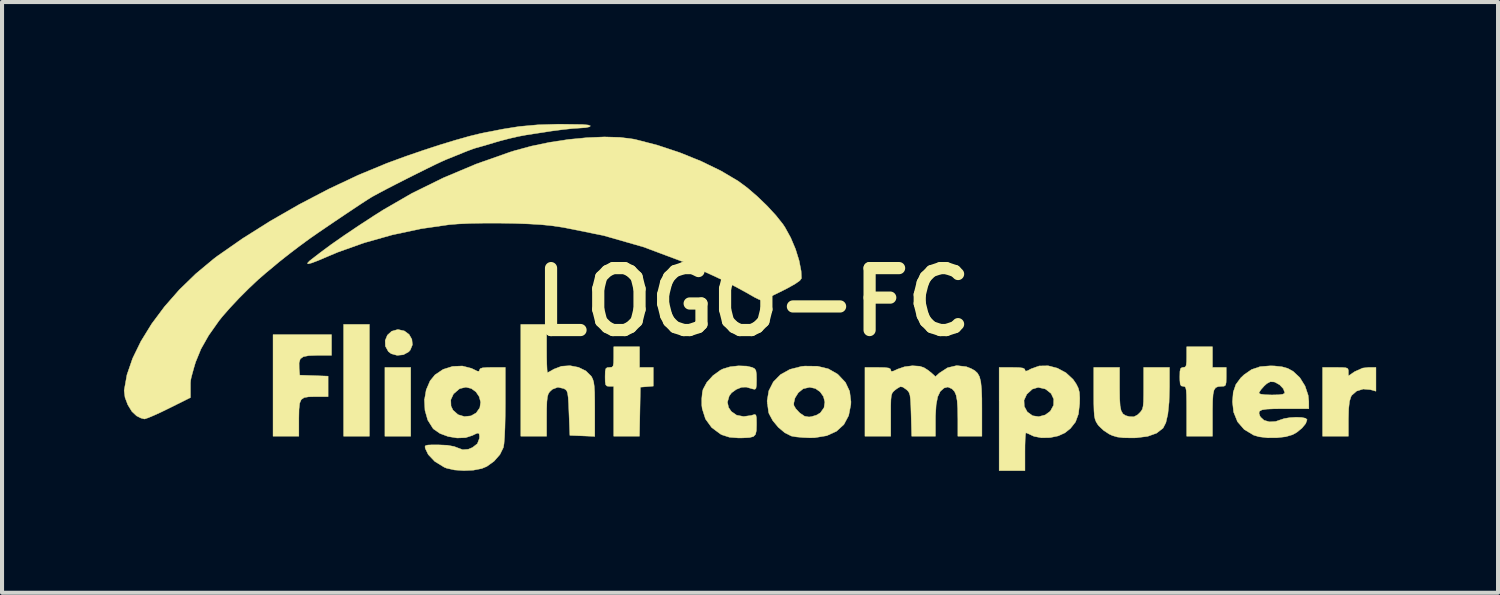
<source format=kicad_pcb>
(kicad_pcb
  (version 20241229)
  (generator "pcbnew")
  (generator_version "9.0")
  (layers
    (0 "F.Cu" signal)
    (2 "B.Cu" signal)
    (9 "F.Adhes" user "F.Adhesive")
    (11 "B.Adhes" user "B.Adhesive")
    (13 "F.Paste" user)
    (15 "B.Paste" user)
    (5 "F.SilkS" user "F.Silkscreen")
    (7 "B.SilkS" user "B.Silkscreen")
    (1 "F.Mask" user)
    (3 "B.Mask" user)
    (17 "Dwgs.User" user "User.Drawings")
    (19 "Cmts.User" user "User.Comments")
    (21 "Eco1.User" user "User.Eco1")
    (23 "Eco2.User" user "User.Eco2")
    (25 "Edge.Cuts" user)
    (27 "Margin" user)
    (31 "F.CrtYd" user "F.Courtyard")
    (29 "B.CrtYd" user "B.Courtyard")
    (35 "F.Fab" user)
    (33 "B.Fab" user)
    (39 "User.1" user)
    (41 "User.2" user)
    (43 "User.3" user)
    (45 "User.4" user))
  (footprint "LOGO-FC"
    (layer "F.Cu")
    (at 15.479 4.381)
    (property "Reference" "LOGO-FC" (at 0 0 0) (layer "F.SilkS") (effects (font (size 1.524 1.524) (thickness 0.3))))
    (attr through_hole)
    (fp_poly (pts (xy -9.44 3.302) (xy -10.075 3.302) (xy -10.075 0.55) (xy -9.44 0.55) (xy -9.44 3.302)) (stroke (width 0.01) (type solid)) (fill yes) (layer "F.SilkS"))
    (fp_poly (pts (xy -8.424 3.302) (xy -9.059 3.302) (xy -9.059 1.609) (xy -8.424 1.609) (xy -8.424 3.302)) (stroke (width 0.01) (type solid)) (fill yes) (layer "F.SilkS"))
    (fp_poly (pts (xy -8.58 0.711) (xy -8.464 0.797) (xy -8.395 0.918) (xy -8.382 1.052) (xy -8.435 1.182) (xy -8.475 1.226) (xy -8.604 1.297) (xy -8.758 1.312) (xy -8.903 1.272) (xy -8.973 1.22) (xy -9.047 1.087) (xy -9.052 0.946) (xy -8.998 0.815) (xy -8.893 0.719) (xy -8.748 0.678) (xy -8.734 0.677) (xy -8.58 0.711)) (stroke (width 0.01) (type solid)) (fill yes) (layer "F.SilkS"))
    (fp_poly (pts (xy -2.794 1.609) (xy -2.455 1.609) (xy -2.455 2.069) (xy -2.773 2.095) (xy -2.796 3.302) (xy -3.429 3.302) (xy -3.429 2.074) (xy -3.535 2.074) (xy -3.595 2.068) (xy -3.627 2.036) (xy -3.639 1.958) (xy -3.641 1.841) (xy -3.638 1.708) (xy -3.623 1.639) (xy -3.588 1.612) (xy -3.535 1.609) (xy -3.476 1.603) (xy -3.445 1.574) (xy -3.432 1.501) (xy -3.429 1.364) (xy -3.429 1.355) (xy -3.429 1.101) (xy -2.794 1.101) (xy -2.794 1.609)) (stroke (width 0.01) (type solid)) (fill yes) (layer "F.SilkS"))
    (fp_poly (pts (xy 14.491 1.61) (xy 14.586 1.618) (xy 14.632 1.638) (xy 14.646 1.677) (xy 14.647 1.713) (xy 14.647 1.818) (xy 14.801 1.713) (xy 14.998 1.625) (xy 15.14 1.609) (xy 15.325 1.609) (xy 15.325 2.195) (xy 15.188 2.156) (xy 15.012 2.141) (xy 14.851 2.19) (xy 14.732 2.294) (xy 14.71 2.33) (xy 14.674 2.445) (xy 14.654 2.627) (xy 14.647 2.877) (xy 14.647 3.302) (xy 14.012 3.302) (xy 14.012 1.609) (xy 14.33 1.609) (xy 14.491 1.61)) (stroke (width 0.01) (type solid)) (fill yes) (layer "F.SilkS"))
    (fp_poly (pts (xy -10.372 1.312) (xy -10.73 1.312) (xy -10.934 1.319) (xy -11.066 1.345) (xy -11.141 1.4) (xy -11.17 1.495) (xy -11.168 1.638) (xy -11.168 1.642) (xy -11.155 1.799) (xy -10.806 1.811) (xy -10.456 1.824) (xy -10.456 2.328) (xy -10.772 2.328) (xy -10.935 2.332) (xy -11.046 2.351) (xy -11.117 2.4) (xy -11.156 2.491) (xy -11.172 2.639) (xy -11.176 2.855) (xy -11.176 2.897) (xy -11.176 3.302) (xy -11.811 3.302) (xy -11.811 0.804) (xy -10.372 0.804) (xy -10.372 1.312)) (stroke (width 0.01) (type solid)) (fill yes) (layer "F.SilkS"))
    (fp_poly (pts (xy 11.303 1.609) (xy 11.642 1.609) (xy 11.642 1.841) (xy 11.639 1.975) (xy 11.625 2.044) (xy 11.589 2.07) (xy 11.523 2.074) (xy 11.44 2.081) (xy 11.381 2.107) (xy 11.341 2.167) (xy 11.318 2.271) (xy 11.307 2.433) (xy 11.303 2.663) (xy 11.303 2.739) (xy 11.303 3.302) (xy 10.668 3.302) (xy 10.668 2.688) (xy 10.667 2.449) (xy 10.664 2.281) (xy 10.657 2.173) (xy 10.644 2.111) (xy 10.624 2.082) (xy 10.594 2.075) (xy 10.583 2.074) (xy 10.534 2.064) (xy 10.509 2.021) (xy 10.5 1.923) (xy 10.499 1.841) (xy 10.502 1.707) (xy 10.518 1.637) (xy 10.554 1.611) (xy 10.583 1.609) (xy 10.631 1.599) (xy 10.656 1.559) (xy 10.666 1.467) (xy 10.668 1.355) (xy 10.668 1.101) (xy 11.303 1.101) (xy 11.303 1.609)) (stroke (width 0.01) (type solid)) (fill yes) (layer "F.SilkS"))
    (fp_poly (pts (xy -5.08 1.143) (xy -5.079 1.356) (xy -5.075 1.535) (xy -5.069 1.665) (xy -5.062 1.731) (xy -5.06 1.736) (xy -5.014 1.716) (xy -4.926 1.666) (xy -4.901 1.651) (xy -4.714 1.58) (xy -4.505 1.566) (xy -4.297 1.606) (xy -4.114 1.695) (xy -3.981 1.827) (xy -3.974 1.838) (xy -3.944 1.899) (xy -3.922 1.973) (xy -3.908 2.075) (xy -3.899 2.221) (xy -3.896 2.425) (xy -3.895 2.637) (xy -3.895 3.306) (xy -4.202 3.293) (xy -4.508 3.281) (xy -4.53 2.732) (xy -4.539 2.507) (xy -4.549 2.352) (xy -4.562 2.252) (xy -4.582 2.191) (xy -4.611 2.156) (xy -4.654 2.131) (xy -4.657 2.129) (xy -4.803 2.096) (xy -4.938 2.147) (xy -5.006 2.21) (xy -5.039 2.261) (xy -5.06 2.336) (xy -5.073 2.451) (xy -5.079 2.622) (xy -5.08 2.799) (xy -5.08 3.302) (xy -5.715 3.302) (xy -5.715 0.55) (xy -5.08 0.55) (xy -5.08 1.143)) (stroke (width 0.01) (type solid)) (fill yes) (layer "F.SilkS"))
    (fp_poly (pts (xy 9.017 2.13) (xy 9.02 2.378) (xy 9.031 2.556) (xy 9.056 2.675) (xy 9.099 2.75) (xy 9.165 2.794) (xy 9.258 2.819) (xy 9.368 2.824) (xy 9.458 2.777) (xy 9.501 2.737) (xy 9.547 2.687) (xy 9.578 2.635) (xy 9.596 2.562) (xy 9.606 2.453) (xy 9.609 2.29) (xy 9.61 2.119) (xy 9.61 1.609) (xy 10.245 1.609) (xy 10.245 2.09) (xy 10.235 2.463) (xy 10.205 2.756) (xy 10.156 2.969) (xy 10.088 3.101) (xy 10.086 3.104) (xy 9.927 3.227) (xy 9.709 3.305) (xy 9.423 3.341) (xy 9.312 3.343) (xy 9.109 3.339) (xy 8.961 3.321) (xy 8.839 3.285) (xy 8.762 3.249) (xy 8.626 3.16) (xy 8.509 3.05) (xy 8.478 3.01) (xy 8.44 2.948) (xy 8.414 2.882) (xy 8.397 2.797) (xy 8.388 2.676) (xy 8.383 2.504) (xy 8.382 2.265) (xy 8.382 2.237) (xy 8.382 1.609) (xy 9.017 1.609) (xy 9.017 2.13)) (stroke (width 0.01) (type solid)) (fill yes) (layer "F.SilkS"))
    (fp_poly (pts (xy -0.157 1.577) (xy -0.024 1.608) (xy 0.036 1.638) (xy 0.069 1.685) (xy 0.082 1.773) (xy 0.085 1.907) (xy 0.082 2.048) (xy 0.071 2.123) (xy 0.045 2.147) (xy 0 2.141) (xy -0.116 2.108) (xy -0.168 2.093) (xy -0.282 2.097) (xy -0.414 2.15) (xy -0.53 2.234) (xy -0.587 2.311) (xy -0.631 2.464) (xy -0.603 2.595) (xy -0.535 2.694) (xy -0.405 2.784) (xy -0.233 2.817) (xy -0.043 2.791) (xy -0.011 2.78) (xy 0.041 2.766) (xy 0.069 2.782) (xy 0.082 2.845) (xy 0.085 2.971) (xy 0.085 3.019) (xy 0.081 3.163) (xy 0.06 3.256) (xy 0.008 3.31) (xy -0.092 3.335) (xy -0.254 3.343) (xy -0.364 3.344) (xy -0.581 3.327) (xy -0.76 3.27) (xy -0.802 3.249) (xy -1.018 3.089) (xy -1.171 2.878) (xy -1.252 2.625) (xy -1.262 2.544) (xy -1.263 2.378) (xy -1.248 2.223) (xy -1.231 2.149) (xy -1.138 1.976) (xy -0.987 1.81) (xy -0.802 1.676) (xy -0.741 1.646) (xy -0.566 1.593) (xy -0.359 1.57) (xy -0.157 1.577)) (stroke (width 0.01) (type solid)) (fill yes) (layer "F.SilkS"))
    (fp_poly (pts (xy 1.587 1.58) (xy 1.85 1.643) (xy 2.07 1.768) (xy 2.092 1.786) (xy 2.273 1.978) (xy 2.376 2.197) (xy 2.408 2.454) (xy 2.405 2.521) (xy 2.352 2.793) (xy 2.234 3.014) (xy 2.052 3.18) (xy 1.812 3.289) (xy 1.517 3.338) (xy 1.399 3.341) (xy 1.221 3.333) (xy 1.058 3.318) (xy 0.944 3.298) (xy 0.941 3.297) (xy 0.781 3.217) (xy 0.62 3.082) (xy 0.483 2.916) (xy 0.392 2.746) (xy 0.381 2.71) (xy 0.353 2.496) (xy 0.999 2.496) (xy 1.005 2.547) (xy 1.05 2.624) (xy 1.135 2.716) (xy 1.156 2.735) (xy 1.267 2.81) (xy 1.374 2.828) (xy 1.432 2.821) (xy 1.555 2.785) (xy 1.652 2.729) (xy 1.654 2.728) (xy 1.745 2.6) (xy 1.766 2.461) (xy 1.731 2.325) (xy 1.649 2.209) (xy 1.532 2.127) (xy 1.392 2.097) (xy 1.239 2.132) (xy 1.227 2.138) (xy 1.112 2.232) (xy 1.031 2.361) (xy 0.999 2.496) (xy 0.353 2.496) (xy 0.345 2.435) (xy 0.387 2.184) (xy 0.498 1.965) (xy 0.673 1.787) (xy 0.905 1.657) (xy 1.187 1.585) (xy 1.273 1.576) (xy 1.587 1.58)) (stroke (width 0.01) (type solid)) (fill yes) (layer "F.SilkS"))
    (fp_poly (pts (xy 7.486 1.627) (xy 7.697 1.74) (xy 7.873 1.903) (xy 7.949 2.013) (xy 8.001 2.117) (xy 8.029 2.223) (xy 8.037 2.361) (xy 8.034 2.501) (xy 8.005 2.755) (xy 7.933 2.951) (xy 7.808 3.111) (xy 7.672 3.219) (xy 7.508 3.294) (xy 7.305 3.336) (xy 7.096 3.34) (xy 6.915 3.306) (xy 6.867 3.285) (xy 6.773 3.24) (xy 6.715 3.218) (xy 6.712 3.217) (xy 6.703 3.257) (xy 6.695 3.364) (xy 6.69 3.521) (xy 6.689 3.683) (xy 6.689 4.149) (xy 6.054 4.149) (xy 6.054 2.417) (xy 6.666 2.417) (xy 6.673 2.568) (xy 6.746 2.703) (xy 6.878 2.798) (xy 7.029 2.82) (xy 7.188 2.778) (xy 7.313 2.686) (xy 7.393 2.54) (xy 7.397 2.388) (xy 7.332 2.25) (xy 7.202 2.147) (xy 7.178 2.136) (xy 7.014 2.1) (xy 6.87 2.143) (xy 6.736 2.268) (xy 6.733 2.272) (xy 6.666 2.417) (xy 6.054 2.417) (xy 6.054 1.609) (xy 6.371 1.609) (xy 6.539 1.612) (xy 6.638 1.625) (xy 6.682 1.649) (xy 6.689 1.671) (xy 6.703 1.702) (xy 6.756 1.689) (xy 6.838 1.645) (xy 7.038 1.573) (xy 7.261 1.569) (xy 7.486 1.627)) (stroke (width 0.01) (type solid)) (fill yes) (layer "F.SilkS"))
    (fp_poly (pts (xy 5.245 1.591) (xy 5.361 1.636) (xy 5.454 1.687) (xy 5.522 1.75) (xy 5.571 1.838) (xy 5.602 1.962) (xy 5.62 2.135) (xy 5.629 2.369) (xy 5.63 2.623) (xy 5.63 3.302) (xy 5.038 3.302) (xy 5.038 2.884) (xy 5.034 2.62) (xy 5.021 2.428) (xy 4.996 2.293) (xy 4.957 2.202) (xy 4.9 2.141) (xy 4.886 2.132) (xy 4.793 2.091) (xy 4.704 2.114) (xy 4.698 2.117) (xy 4.606 2.198) (xy 4.542 2.332) (xy 4.504 2.528) (xy 4.488 2.796) (xy 4.487 2.877) (xy 4.487 3.302) (xy 3.903 3.302) (xy 3.888 2.769) (xy 3.881 2.547) (xy 3.872 2.393) (xy 3.859 2.292) (xy 3.837 2.227) (xy 3.805 2.183) (xy 3.774 2.155) (xy 3.686 2.093) (xy 3.621 2.083) (xy 3.542 2.129) (xy 3.498 2.162) (xy 3.452 2.202) (xy 3.421 2.244) (xy 3.401 2.307) (xy 3.391 2.406) (xy 3.387 2.556) (xy 3.387 2.775) (xy 3.387 3.302) (xy 2.752 3.302) (xy 2.752 1.609) (xy 3.069 1.609) (xy 3.236 1.612) (xy 3.334 1.624) (xy 3.379 1.647) (xy 3.387 1.673) (xy 3.398 1.707) (xy 3.445 1.702) (xy 3.545 1.657) (xy 3.554 1.652) (xy 3.726 1.593) (xy 3.92 1.568) (xy 4.101 1.58) (xy 4.204 1.614) (xy 4.306 1.679) (xy 4.392 1.748) (xy 4.487 1.835) (xy 4.583 1.748) (xy 4.785 1.617) (xy 5.01 1.564) (xy 5.245 1.591)) (stroke (width 0.01) (type solid)) (fill yes) (layer "F.SilkS"))
    (fp_poly (pts (xy 12.825 1.573) (xy 13.014 1.593) (xy 13.157 1.634) (xy 13.289 1.707) (xy 13.29 1.708) (xy 13.452 1.86) (xy 13.58 2.065) (xy 13.657 2.294) (xy 13.673 2.445) (xy 13.674 2.625) (xy 13.08 2.625) (xy 12.822 2.627) (xy 12.64 2.635) (xy 12.523 2.653) (xy 12.462 2.684) (xy 12.447 2.732) (xy 12.469 2.799) (xy 12.486 2.831) (xy 12.572 2.91) (xy 12.705 2.948) (xy 12.857 2.939) (xy 12.958 2.904) (xy 13.069 2.867) (xy 13.211 2.844) (xy 13.361 2.835) (xy 13.496 2.84) (xy 13.594 2.86) (xy 13.631 2.894) (xy 13.596 2.991) (xy 13.505 3.102) (xy 13.379 3.205) (xy 13.275 3.264) (xy 13.105 3.314) (xy 12.888 3.339) (xy 12.658 3.34) (xy 12.449 3.315) (xy 12.319 3.277) (xy 12.084 3.136) (xy 11.919 2.946) (xy 11.823 2.708) (xy 11.795 2.455) (xy 11.812 2.24) (xy 12.446 2.24) (xy 12.487 2.266) (xy 12.602 2.281) (xy 12.764 2.286) (xy 12.934 2.282) (xy 13.034 2.269) (xy 13.077 2.243) (xy 13.081 2.227) (xy 13.045 2.131) (xy 12.956 2.037) (xy 12.842 1.973) (xy 12.817 1.966) (xy 12.726 1.961) (xy 12.641 2.006) (xy 12.574 2.067) (xy 12.495 2.156) (xy 12.45 2.226) (xy 12.446 2.24) (xy 11.812 2.24) (xy 11.814 2.217) (xy 11.878 2.03) (xy 11.998 1.867) (xy 12.08 1.789) (xy 12.265 1.661) (xy 12.474 1.59) (xy 12.728 1.57) (xy 12.825 1.573)) (stroke (width 0.01) (type solid)) (fill yes) (layer "F.SilkS"))
    (fp_poly (pts (xy -3.272 -4.051) (xy -2.945 -4.009) (xy -2.9 -4) (xy -2.354 -3.859) (xy -1.806 -3.677) (xy -1.279 -3.464) (xy -0.793 -3.228) (xy -0.37 -2.978) (xy -0.368 -2.977) (xy -0.14 -2.808) (xy 0.104 -2.598) (xy 0.345 -2.366) (xy 0.561 -2.132) (xy 0.733 -1.916) (xy 0.783 -1.841) (xy 0.925 -1.584) (xy 1.044 -1.303) (xy 1.132 -1.02) (xy 1.182 -0.762) (xy 1.19 -0.582) (xy 1.15 -0.527) (xy 1.033 -0.445) (xy 0.84 -0.337) (xy 0.72 -0.276) (xy 0.537 -0.186) (xy 0.378 -0.112) (xy 0.261 -0.063) (xy 0.203 -0.044) (xy 0.202 -0.044) (xy 0.138 -0.066) (xy 0.03 -0.12) (xy -0.064 -0.174) (xy -0.188 -0.245) (xy -0.363 -0.34) (xy -0.565 -0.447) (xy -0.738 -0.536) (xy -1.712 -0.986) (xy -2.692 -1.353) (xy -3.679 -1.636) (xy -4.67 -1.836) (xy -4.974 -1.88) (xy -5.217 -1.904) (xy -5.524 -1.922) (xy -5.872 -1.935) (xy -6.242 -1.941) (xy -6.61 -1.941) (xy -6.957 -1.935) (xy -7.26 -1.921) (xy -7.472 -1.904) (xy -8.171 -1.803) (xy -8.878 -1.652) (xy -9.569 -1.457) (xy -10.215 -1.227) (xy -10.46 -1.124) (xy -10.695 -1.024) (xy -10.857 -0.962) (xy -10.946 -0.939) (xy -10.966 -0.954) (xy -10.917 -1.007) (xy -10.854 -1.058) (xy -10.748 -1.139) (xy -10.669 -1.2) (xy -10.647 -1.217) (xy -10.387 -1.41) (xy -10.068 -1.633) (xy -9.705 -1.877) (xy -9.314 -2.132) (xy -9.102 -2.266) (xy -8.394 -2.675) (xy -7.624 -3.054) (xy -6.814 -3.395) (xy -5.982 -3.688) (xy -5.881 -3.72) (xy -5.454 -3.836) (xy -5.002 -3.93) (xy -4.541 -4) (xy -4.087 -4.044) (xy -3.659 -4.062) (xy -3.272 -4.051)) (stroke (width 0.01) (type solid)) (fill yes) (layer "F.SilkS"))
    (fp_poly (pts (xy -6.931 1.631) (xy -6.889 1.651) (xy -6.789 1.7) (xy -6.742 1.705) (xy -6.731 1.672) (xy -6.714 1.639) (xy -6.655 1.619) (xy -6.536 1.61) (xy -6.413 1.609) (xy -6.096 1.609) (xy -6.096 2.508) (xy -6.099 2.815) (xy -6.105 3.088) (xy -6.115 3.316) (xy -6.128 3.484) (xy -6.143 3.577) (xy -6.229 3.753) (xy -6.373 3.917) (xy -6.551 4.045) (xy -6.675 4.097) (xy -6.881 4.137) (xy -7.115 4.148) (xy -7.346 4.132) (xy -7.539 4.089) (xy -7.599 4.065) (xy -7.833 3.921) (xy -7.993 3.752) (xy -8.062 3.609) (xy -8.073 3.562) (xy -8.059 3.533) (xy -8.004 3.519) (xy -7.892 3.514) (xy -7.755 3.514) (xy -7.522 3.524) (xy -7.353 3.555) (xy -7.297 3.577) (xy -7.146 3.633) (xy -7.008 3.623) (xy -6.903 3.579) (xy -6.784 3.486) (xy -6.734 3.356) (xy -6.731 3.299) (xy -6.742 3.235) (xy -6.786 3.226) (xy -6.879 3.269) (xy -6.9 3.281) (xy -7.072 3.337) (xy -7.282 3.345) (xy -7.502 3.309) (xy -7.704 3.234) (xy -7.86 3.126) (xy -7.879 3.105) (xy -8.005 2.904) (xy -8.073 2.665) (xy -8.086 2.411) (xy -8.085 2.406) (xy -7.438 2.406) (xy -7.432 2.56) (xy -7.383 2.661) (xy -7.259 2.771) (xy -7.103 2.818) (xy -6.94 2.801) (xy -6.812 2.727) (xy -6.724 2.602) (xy -6.703 2.463) (xy -6.739 2.328) (xy -6.819 2.21) (xy -6.932 2.128) (xy -7.066 2.095) (xy -7.21 2.129) (xy -7.234 2.142) (xy -7.371 2.261) (xy -7.438 2.406) (xy -8.085 2.406) (xy -8.043 2.162) (xy -7.947 1.939) (xy -7.826 1.791) (xy -7.626 1.657) (xy -7.394 1.584) (xy -7.154 1.574) (xy -6.931 1.631)) (stroke (width 0.01) (type solid)) (fill yes) (layer "F.SilkS"))
    (fp_poly (pts (xy -4.2 -4.368) (xy -4.189 -4.367) (xy -4.056 -4.355) (xy -4.002 -4.334) (xy -4.024 -4.311) (xy -4.117 -4.291) (xy -4.242 -4.282) (xy -4.429 -4.27) (xy -4.675 -4.244) (xy -4.957 -4.207) (xy -5.193 -4.17) (xy -5.28 -4.157) (xy -5.421 -4.135) (xy -5.586 -4.11) (xy -5.595 -4.108) (xy -5.778 -4.074) (xy -6.003 -4.022) (xy -6.233 -3.962) (xy -6.329 -3.934) (xy -6.512 -3.879) (xy -6.67 -3.833) (xy -6.782 -3.801) (xy -6.821 -3.791) (xy -6.897 -3.766) (xy -7.019 -3.721) (xy -7.117 -3.682) (xy -7.293 -3.61) (xy -7.479 -3.535) (xy -7.556 -3.504) (xy -7.664 -3.456) (xy -7.832 -3.377) (xy -8.042 -3.274) (xy -8.281 -3.155) (xy -8.532 -3.029) (xy -8.78 -2.903) (xy -9.009 -2.785) (xy -9.202 -2.683) (xy -9.346 -2.605) (xy -9.398 -2.575) (xy -9.495 -2.514) (xy -9.647 -2.415) (xy -9.838 -2.288) (xy -10.055 -2.143) (xy -10.283 -1.99) (xy -10.505 -1.839) (xy -10.709 -1.7) (xy -10.873 -1.586) (xy -11.017 -1.482) (xy -11.19 -1.354) (xy -11.371 -1.216) (xy -11.54 -1.084) (xy -11.678 -0.974) (xy -11.753 -0.911) (xy -11.812 -0.861) (xy -11.91 -0.78) (xy -11.983 -0.72) (xy -12.185 -0.545) (xy -12.413 -0.329) (xy -12.649 -0.093) (xy -12.87 0.143) (xy -13.058 0.357) (xy -13.141 0.461) (xy -13.395 0.821) (xy -13.584 1.155) (xy -13.716 1.477) (xy -13.753 1.599) (xy -13.797 1.757) (xy -13.824 1.859) (xy -13.838 1.93) (xy -13.843 1.996) (xy -13.843 2.082) (xy -13.843 2.149) (xy -13.843 2.351) (xy -14.373 2.615) (xy -14.57 2.711) (xy -14.746 2.791) (xy -14.882 2.848) (xy -14.965 2.876) (xy -14.976 2.878) (xy -15.063 2.855) (xy -15.167 2.803) (xy -15.284 2.693) (xy -15.384 2.53) (xy -15.453 2.348) (xy -15.474 2.179) (xy -15.473 2.169) (xy -15.405 1.789) (xy -15.266 1.385) (xy -15.061 0.965) (xy -14.798 0.538) (xy -14.481 0.113) (xy -14.118 -0.301) (xy -13.713 -0.694) (xy -13.275 -1.059) (xy -13.184 -1.128) (xy -12.563 -1.561) (xy -11.884 -1.989) (xy -11.168 -2.4) (xy -10.437 -2.782) (xy -9.713 -3.123) (xy -9.018 -3.411) (xy -8.954 -3.435) (xy -8.533 -3.589) (xy -8.111 -3.734) (xy -7.703 -3.867) (xy -7.322 -3.983) (xy -6.982 -4.079) (xy -6.699 -4.148) (xy -6.562 -4.176) (xy -6.467 -4.193) (xy -6.321 -4.222) (xy -6.16 -4.254) (xy -5.751 -4.319) (xy -5.296 -4.36) (xy -4.783 -4.376) (xy -4.2 -4.368)) (stroke (width 0.01) (type solid)) (fill yes) (layer "F.SilkS")))
  (gr_rect
    (start -3 -3)
    (end 33.808 11.534)
    (stroke (width 0.1) (type default))
    (fill no)
    (layer "Edge.Cuts")))
</source>
